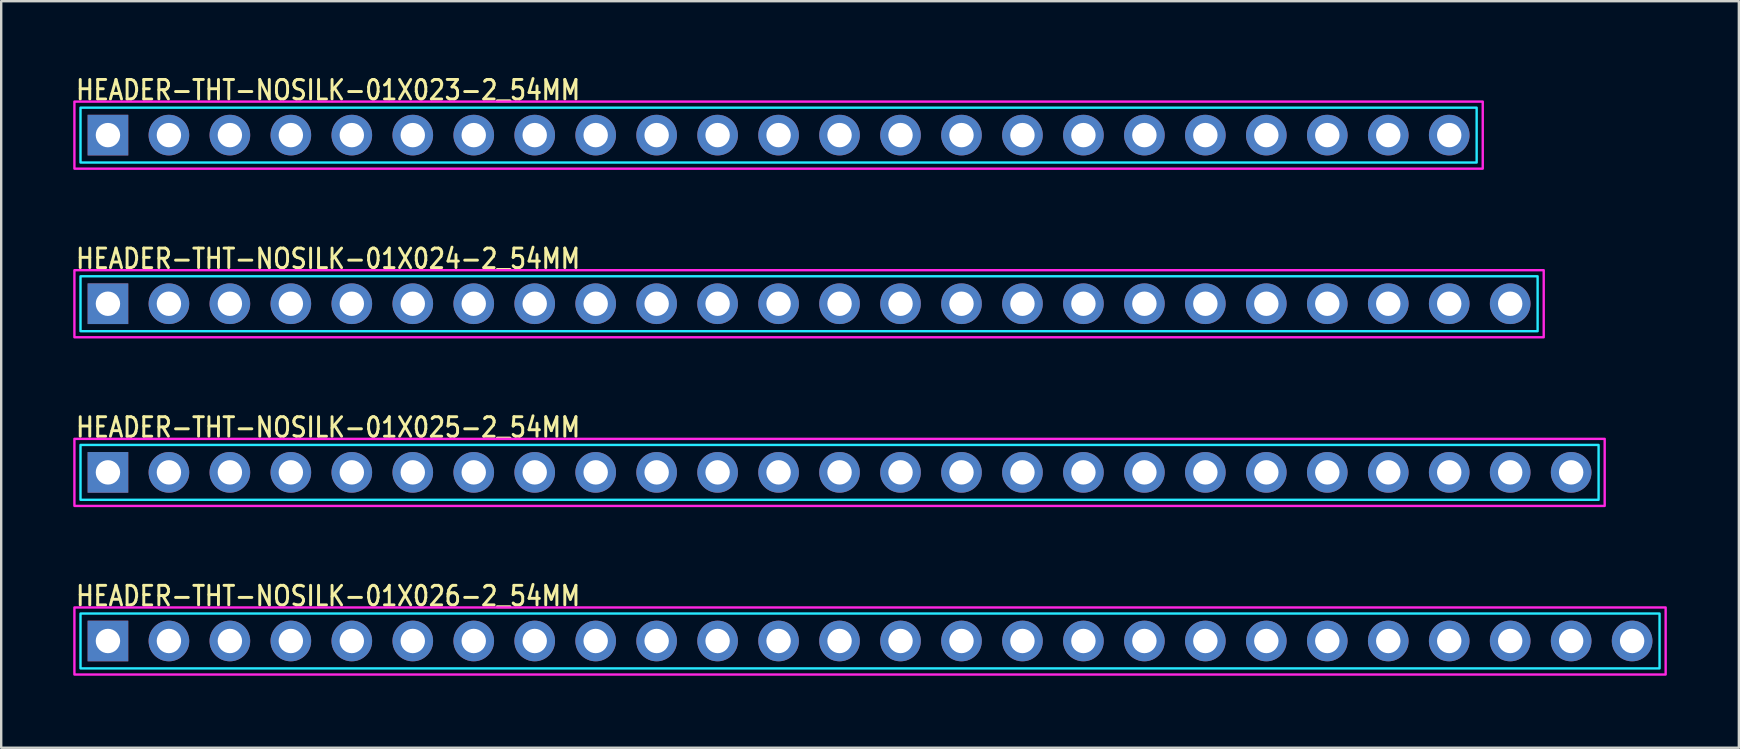
<source format=kicad_pcb>
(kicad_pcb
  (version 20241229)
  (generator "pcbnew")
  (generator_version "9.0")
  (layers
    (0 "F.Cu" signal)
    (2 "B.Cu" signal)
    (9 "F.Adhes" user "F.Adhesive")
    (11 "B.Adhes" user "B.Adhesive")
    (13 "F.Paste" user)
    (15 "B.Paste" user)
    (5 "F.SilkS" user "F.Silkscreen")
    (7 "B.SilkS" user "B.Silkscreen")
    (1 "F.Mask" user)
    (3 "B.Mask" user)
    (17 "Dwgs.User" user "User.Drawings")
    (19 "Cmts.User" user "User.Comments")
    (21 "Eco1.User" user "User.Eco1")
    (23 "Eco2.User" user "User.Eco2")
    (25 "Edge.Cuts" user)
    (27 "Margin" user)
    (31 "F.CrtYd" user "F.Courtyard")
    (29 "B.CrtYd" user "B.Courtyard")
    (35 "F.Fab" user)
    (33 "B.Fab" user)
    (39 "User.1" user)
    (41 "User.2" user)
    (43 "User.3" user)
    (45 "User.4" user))
  (footprint "HEADER-THT-NOSILK-01X025-2_54MM"
    (layer "F.Cu")
    (at 1.447 16.63)
    (property "Reference" "HEADER-THT-NOSILK-01X025-2_54MM" (at -1.4 -1.4 0) (unlocked yes) (layer "F.SilkS") (effects (font (size 0.813 0.695) (thickness 0.122)) (justify left bottom)))
    (fp_poly (pts (xy -1.143 -1.143) (xy 62.103 -1.143) (xy 62.103 1.143) (xy -1.143 1.143)) (stroke (width 0.1) (type solid)) (fill no) (layer "B.CrtYd"))
    (fp_poly (pts (xy -1.397 -1.397) (xy 62.357 -1.397) (xy 62.357 1.397) (xy -1.397 1.397)) (stroke (width 0.1) (type solid)) (fill no) (layer "F.CrtYd"))
    (pad "P$1" thru_hole rect (at 0 0) (size 1.693 1.693) (drill 1.016) (layers "*.Cu" "*.Mask"))
    (pad "P$2" thru_hole oval (at 2.54 0) (size 1.693 1.693) (drill 1.016) (layers "*.Cu" "*.Mask"))
    (pad "P$3" thru_hole oval (at 5.08 0) (size 1.693 1.693) (drill 1.016) (layers "*.Cu" "*.Mask"))
    (pad "P$4" thru_hole oval (at 7.62 0) (size 1.693 1.693) (drill 1.016) (layers "*.Cu" "*.Mask"))
    (pad "P$5" thru_hole oval (at 10.16 0) (size 1.693 1.693) (drill 1.016) (layers "*.Cu" "*.Mask"))
    (pad "P$6" thru_hole oval (at 12.7 0) (size 1.693 1.693) (drill 1.016) (layers "*.Cu" "*.Mask"))
    (pad "P$7" thru_hole oval (at 15.24 0) (size 1.693 1.693) (drill 1.016) (layers "*.Cu" "*.Mask"))
    (pad "P$8" thru_hole oval (at 17.78 0) (size 1.693 1.693) (drill 1.016) (layers "*.Cu" "*.Mask"))
    (pad "P$9" thru_hole oval (at 20.32 0) (size 1.693 1.693) (drill 1.016) (layers "*.Cu" "*.Mask"))
    (pad "P$10" thru_hole oval (at 22.86 0) (size 1.693 1.693) (drill 1.016) (layers "*.Cu" "*.Mask"))
    (pad "P$11" thru_hole oval (at 25.4 0) (size 1.693 1.693) (drill 1.016) (layers "*.Cu" "*.Mask"))
    (pad "P$12" thru_hole oval (at 27.94 0) (size 1.693 1.693) (drill 1.016) (layers "*.Cu" "*.Mask"))
    (pad "P$13" thru_hole oval (at 30.48 0) (size 1.693 1.693) (drill 1.016) (layers "*.Cu" "*.Mask"))
    (pad "P$14" thru_hole oval (at 33.02 0) (size 1.693 1.693) (drill 1.016) (layers "*.Cu" "*.Mask"))
    (pad "P$15" thru_hole oval (at 35.56 0) (size 1.693 1.693) (drill 1.016) (layers "*.Cu" "*.Mask"))
    (pad "P$16" thru_hole oval (at 38.1 0) (size 1.693 1.693) (drill 1.016) (layers "*.Cu" "*.Mask"))
    (pad "P$17" thru_hole oval (at 40.64 0) (size 1.693 1.693) (drill 1.016) (layers "*.Cu" "*.Mask"))
    (pad "P$18" thru_hole oval (at 43.18 0) (size 1.693 1.693) (drill 1.016) (layers "*.Cu" "*.Mask"))
    (pad "P$19" thru_hole oval (at 45.72 0) (size 1.693 1.693) (drill 1.016) (layers "*.Cu" "*.Mask"))
    (pad "P$20" thru_hole oval (at 48.26 0) (size 1.693 1.693) (drill 1.016) (layers "*.Cu" "*.Mask"))
    (pad "P$21" thru_hole oval (at 50.8 0) (size 1.693 1.693) (drill 1.016) (layers "*.Cu" "*.Mask"))
    (pad "P$22" thru_hole oval (at 53.34 0) (size 1.693 1.693) (drill 1.016) (layers "*.Cu" "*.Mask"))
    (pad "P$23" thru_hole oval (at 55.88 0) (size 1.693 1.693) (drill 1.016) (layers "*.Cu" "*.Mask"))
    (pad "P$24" thru_hole oval (at 58.42 0) (size 1.693 1.693) (drill 1.016) (layers "*.Cu" "*.Mask"))
    (pad "P$25" thru_hole oval (at 60.96 0) (size 1.693 1.693) (drill 1.016) (layers "*.Cu" "*.Mask")))
  (footprint "HEADER-THT-NOSILK-01X024-2_54MM"
    (layer "F.Cu")
    (at 1.447 9.604)
    (property "Reference" "HEADER-THT-NOSILK-01X024-2_54MM" (at -1.4 -1.4 0) (unlocked yes) (layer "F.SilkS") (effects (font (size 0.813 0.695) (thickness 0.122)) (justify left bottom)))
    (fp_poly (pts (xy -1.143 -1.143) (xy 59.563 -1.143) (xy 59.563 1.143) (xy -1.143 1.143)) (stroke (width 0.1) (type solid)) (fill no) (layer "B.CrtYd"))
    (fp_poly (pts (xy -1.397 -1.397) (xy 59.817 -1.397) (xy 59.817 1.397) (xy -1.397 1.397)) (stroke (width 0.1) (type solid)) (fill no) (layer "F.CrtYd"))
    (pad "P$1" thru_hole rect (at 0 0) (size 1.693 1.693) (drill 1.016) (layers "*.Cu" "*.Mask"))
    (pad "P$2" thru_hole oval (at 2.54 0) (size 1.693 1.693) (drill 1.016) (layers "*.Cu" "*.Mask"))
    (pad "P$3" thru_hole oval (at 5.08 0) (size 1.693 1.693) (drill 1.016) (layers "*.Cu" "*.Mask"))
    (pad "P$4" thru_hole oval (at 7.62 0) (size 1.693 1.693) (drill 1.016) (layers "*.Cu" "*.Mask"))
    (pad "P$5" thru_hole oval (at 10.16 0) (size 1.693 1.693) (drill 1.016) (layers "*.Cu" "*.Mask"))
    (pad "P$6" thru_hole oval (at 12.7 0) (size 1.693 1.693) (drill 1.016) (layers "*.Cu" "*.Mask"))
    (pad "P$7" thru_hole oval (at 15.24 0) (size 1.693 1.693) (drill 1.016) (layers "*.Cu" "*.Mask"))
    (pad "P$8" thru_hole oval (at 17.78 0) (size 1.693 1.693) (drill 1.016) (layers "*.Cu" "*.Mask"))
    (pad "P$9" thru_hole oval (at 20.32 0) (size 1.693 1.693) (drill 1.016) (layers "*.Cu" "*.Mask"))
    (pad "P$10" thru_hole oval (at 22.86 0) (size 1.693 1.693) (drill 1.016) (layers "*.Cu" "*.Mask"))
    (pad "P$11" thru_hole oval (at 25.4 0) (size 1.693 1.693) (drill 1.016) (layers "*.Cu" "*.Mask"))
    (pad "P$12" thru_hole oval (at 27.94 0) (size 1.693 1.693) (drill 1.016) (layers "*.Cu" "*.Mask"))
    (pad "P$13" thru_hole oval (at 30.48 0) (size 1.693 1.693) (drill 1.016) (layers "*.Cu" "*.Mask"))
    (pad "P$14" thru_hole oval (at 33.02 0) (size 1.693 1.693) (drill 1.016) (layers "*.Cu" "*.Mask"))
    (pad "P$15" thru_hole oval (at 35.56 0) (size 1.693 1.693) (drill 1.016) (layers "*.Cu" "*.Mask"))
    (pad "P$16" thru_hole oval (at 38.1 0) (size 1.693 1.693) (drill 1.016) (layers "*.Cu" "*.Mask"))
    (pad "P$17" thru_hole oval (at 40.64 0) (size 1.693 1.693) (drill 1.016) (layers "*.Cu" "*.Mask"))
    (pad "P$18" thru_hole oval (at 43.18 0) (size 1.693 1.693) (drill 1.016) (layers "*.Cu" "*.Mask"))
    (pad "P$19" thru_hole oval (at 45.72 0) (size 1.693 1.693) (drill 1.016) (layers "*.Cu" "*.Mask"))
    (pad "P$20" thru_hole oval (at 48.26 0) (size 1.693 1.693) (drill 1.016) (layers "*.Cu" "*.Mask"))
    (pad "P$21" thru_hole oval (at 50.8 0) (size 1.693 1.693) (drill 1.016) (layers "*.Cu" "*.Mask"))
    (pad "P$22" thru_hole oval (at 53.34 0) (size 1.693 1.693) (drill 1.016) (layers "*.Cu" "*.Mask"))
    (pad "P$23" thru_hole oval (at 55.88 0) (size 1.693 1.693) (drill 1.016) (layers "*.Cu" "*.Mask"))
    (pad "P$24" thru_hole oval (at 58.42 0) (size 1.693 1.693) (drill 1.016) (layers "*.Cu" "*.Mask")))
  (footprint "HEADER-THT-NOSILK-01X023-2_54MM"
    (layer "F.Cu")
    (at 1.447 2.579)
    (property "Reference" "HEADER-THT-NOSILK-01X023-2_54MM" (at -1.4 -1.4 0) (unlocked yes) (layer "F.SilkS") (effects (font (size 0.813 0.695) (thickness 0.122)) (justify left bottom)))
    (fp_poly (pts (xy -1.143 -1.143) (xy 57.023 -1.143) (xy 57.023 1.143) (xy -1.143 1.143)) (stroke (width 0.1) (type solid)) (fill no) (layer "B.CrtYd"))
    (fp_poly (pts (xy -1.397 -1.397) (xy 57.277 -1.397) (xy 57.277 1.397) (xy -1.397 1.397)) (stroke (width 0.1) (type solid)) (fill no) (layer "F.CrtYd"))
    (pad "P$1" thru_hole rect (at 0 0) (size 1.693 1.693) (drill 1.016) (layers "*.Cu" "*.Mask"))
    (pad "P$2" thru_hole oval (at 2.54 0) (size 1.693 1.693) (drill 1.016) (layers "*.Cu" "*.Mask"))
    (pad "P$3" thru_hole oval (at 5.08 0) (size 1.693 1.693) (drill 1.016) (layers "*.Cu" "*.Mask"))
    (pad "P$4" thru_hole oval (at 7.62 0) (size 1.693 1.693) (drill 1.016) (layers "*.Cu" "*.Mask"))
    (pad "P$5" thru_hole oval (at 10.16 0) (size 1.693 1.693) (drill 1.016) (layers "*.Cu" "*.Mask"))
    (pad "P$6" thru_hole oval (at 12.7 0) (size 1.693 1.693) (drill 1.016) (layers "*.Cu" "*.Mask"))
    (pad "P$7" thru_hole oval (at 15.24 0) (size 1.693 1.693) (drill 1.016) (layers "*.Cu" "*.Mask"))
    (pad "P$8" thru_hole oval (at 17.78 0) (size 1.693 1.693) (drill 1.016) (layers "*.Cu" "*.Mask"))
    (pad "P$9" thru_hole oval (at 20.32 0) (size 1.693 1.693) (drill 1.016) (layers "*.Cu" "*.Mask"))
    (pad "P$10" thru_hole oval (at 22.86 0) (size 1.693 1.693) (drill 1.016) (layers "*.Cu" "*.Mask"))
    (pad "P$11" thru_hole oval (at 25.4 0) (size 1.693 1.693) (drill 1.016) (layers "*.Cu" "*.Mask"))
    (pad "P$12" thru_hole oval (at 27.94 0) (size 1.693 1.693) (drill 1.016) (layers "*.Cu" "*.Mask"))
    (pad "P$13" thru_hole oval (at 30.48 0) (size 1.693 1.693) (drill 1.016) (layers "*.Cu" "*.Mask"))
    (pad "P$14" thru_hole oval (at 33.02 0) (size 1.693 1.693) (drill 1.016) (layers "*.Cu" "*.Mask"))
    (pad "P$15" thru_hole oval (at 35.56 0) (size 1.693 1.693) (drill 1.016) (layers "*.Cu" "*.Mask"))
    (pad "P$16" thru_hole oval (at 38.1 0) (size 1.693 1.693) (drill 1.016) (layers "*.Cu" "*.Mask"))
    (pad "P$17" thru_hole oval (at 40.64 0) (size 1.693 1.693) (drill 1.016) (layers "*.Cu" "*.Mask"))
    (pad "P$18" thru_hole oval (at 43.18 0) (size 1.693 1.693) (drill 1.016) (layers "*.Cu" "*.Mask"))
    (pad "P$19" thru_hole oval (at 45.72 0) (size 1.693 1.693) (drill 1.016) (layers "*.Cu" "*.Mask"))
    (pad "P$20" thru_hole oval (at 48.26 0) (size 1.693 1.693) (drill 1.016) (layers "*.Cu" "*.Mask"))
    (pad "P$21" thru_hole oval (at 50.8 0) (size 1.693 1.693) (drill 1.016) (layers "*.Cu" "*.Mask"))
    (pad "P$22" thru_hole oval (at 53.34 0) (size 1.693 1.693) (drill 1.016) (layers "*.Cu" "*.Mask"))
    (pad "P$23" thru_hole oval (at 55.88 0) (size 1.693 1.693) (drill 1.016) (layers "*.Cu" "*.Mask")))
  (footprint "HEADER-THT-NOSILK-01X026-2_54MM"
    (layer "F.Cu")
    (at 1.447 23.655)
    (property "Reference" "HEADER-THT-NOSILK-01X026-2_54MM" (at -1.4 -1.4 0) (unlocked yes) (layer "F.SilkS") (effects (font (size 0.813 0.695) (thickness 0.122)) (justify left bottom)))
    (fp_poly (pts (xy -1.143 -1.143) (xy 64.643 -1.143) (xy 64.643 1.143) (xy -1.143 1.143)) (stroke (width 0.1) (type solid)) (fill no) (layer "B.CrtYd"))
    (fp_poly (pts (xy -1.397 -1.397) (xy 64.897 -1.397) (xy 64.897 1.397) (xy -1.397 1.397)) (stroke (width 0.1) (type solid)) (fill no) (layer "F.CrtYd"))
    (pad "P$1" thru_hole rect (at 0 0) (size 1.693 1.693) (drill 1.016) (layers "*.Cu" "*.Mask"))
    (pad "P$2" thru_hole oval (at 2.54 0) (size 1.693 1.693) (drill 1.016) (layers "*.Cu" "*.Mask"))
    (pad "P$3" thru_hole oval (at 5.08 0) (size 1.693 1.693) (drill 1.016) (layers "*.Cu" "*.Mask"))
    (pad "P$4" thru_hole oval (at 7.62 0) (size 1.693 1.693) (drill 1.016) (layers "*.Cu" "*.Mask"))
    (pad "P$5" thru_hole oval (at 10.16 0) (size 1.693 1.693) (drill 1.016) (layers "*.Cu" "*.Mask"))
    (pad "P$6" thru_hole oval (at 12.7 0) (size 1.693 1.693) (drill 1.016) (layers "*.Cu" "*.Mask"))
    (pad "P$7" thru_hole oval (at 15.24 0) (size 1.693 1.693) (drill 1.016) (layers "*.Cu" "*.Mask"))
    (pad "P$8" thru_hole oval (at 17.78 0) (size 1.693 1.693) (drill 1.016) (layers "*.Cu" "*.Mask"))
    (pad "P$9" thru_hole oval (at 20.32 0) (size 1.693 1.693) (drill 1.016) (layers "*.Cu" "*.Mask"))
    (pad "P$10" thru_hole oval (at 22.86 0) (size 1.693 1.693) (drill 1.016) (layers "*.Cu" "*.Mask"))
    (pad "P$11" thru_hole oval (at 25.4 0) (size 1.693 1.693) (drill 1.016) (layers "*.Cu" "*.Mask"))
    (pad "P$12" thru_hole oval (at 27.94 0) (size 1.693 1.693) (drill 1.016) (layers "*.Cu" "*.Mask"))
    (pad "P$13" thru_hole oval (at 30.48 0) (size 1.693 1.693) (drill 1.016) (layers "*.Cu" "*.Mask"))
    (pad "P$14" thru_hole oval (at 33.02 0) (size 1.693 1.693) (drill 1.016) (layers "*.Cu" "*.Mask"))
    (pad "P$15" thru_hole oval (at 35.56 0) (size 1.693 1.693) (drill 1.016) (layers "*.Cu" "*.Mask"))
    (pad "P$16" thru_hole oval (at 38.1 0) (size 1.693 1.693) (drill 1.016) (layers "*.Cu" "*.Mask"))
    (pad "P$17" thru_hole oval (at 40.64 0) (size 1.693 1.693) (drill 1.016) (layers "*.Cu" "*.Mask"))
    (pad "P$18" thru_hole oval (at 43.18 0) (size 1.693 1.693) (drill 1.016) (layers "*.Cu" "*.Mask"))
    (pad "P$19" thru_hole oval (at 45.72 0) (size 1.693 1.693) (drill 1.016) (layers "*.Cu" "*.Mask"))
    (pad "P$20" thru_hole oval (at 48.26 0) (size 1.693 1.693) (drill 1.016) (layers "*.Cu" "*.Mask"))
    (pad "P$21" thru_hole oval (at 50.8 0) (size 1.693 1.693) (drill 1.016) (layers "*.Cu" "*.Mask"))
    (pad "P$22" thru_hole oval (at 53.34 0) (size 1.693 1.693) (drill 1.016) (layers "*.Cu" "*.Mask"))
    (pad "P$23" thru_hole oval (at 55.88 0) (size 1.693 1.693) (drill 1.016) (layers "*.Cu" "*.Mask"))
    (pad "P$24" thru_hole oval (at 58.42 0) (size 1.693 1.693) (drill 1.016) (layers "*.Cu" "*.Mask"))
    (pad "P$25" thru_hole oval (at 60.96 0) (size 1.693 1.693) (drill 1.016) (layers "*.Cu" "*.Mask"))
    (pad "P$26" thru_hole oval (at 63.5 0) (size 1.693 1.693) (drill 1.016) (layers "*.Cu" "*.Mask")))
  (gr_rect
    (start -3 -3)
    (end 69.394 28.102)
    (stroke (width 0.1) (type default))
    (fill no)
    (layer "Edge.Cuts")))
</source>
